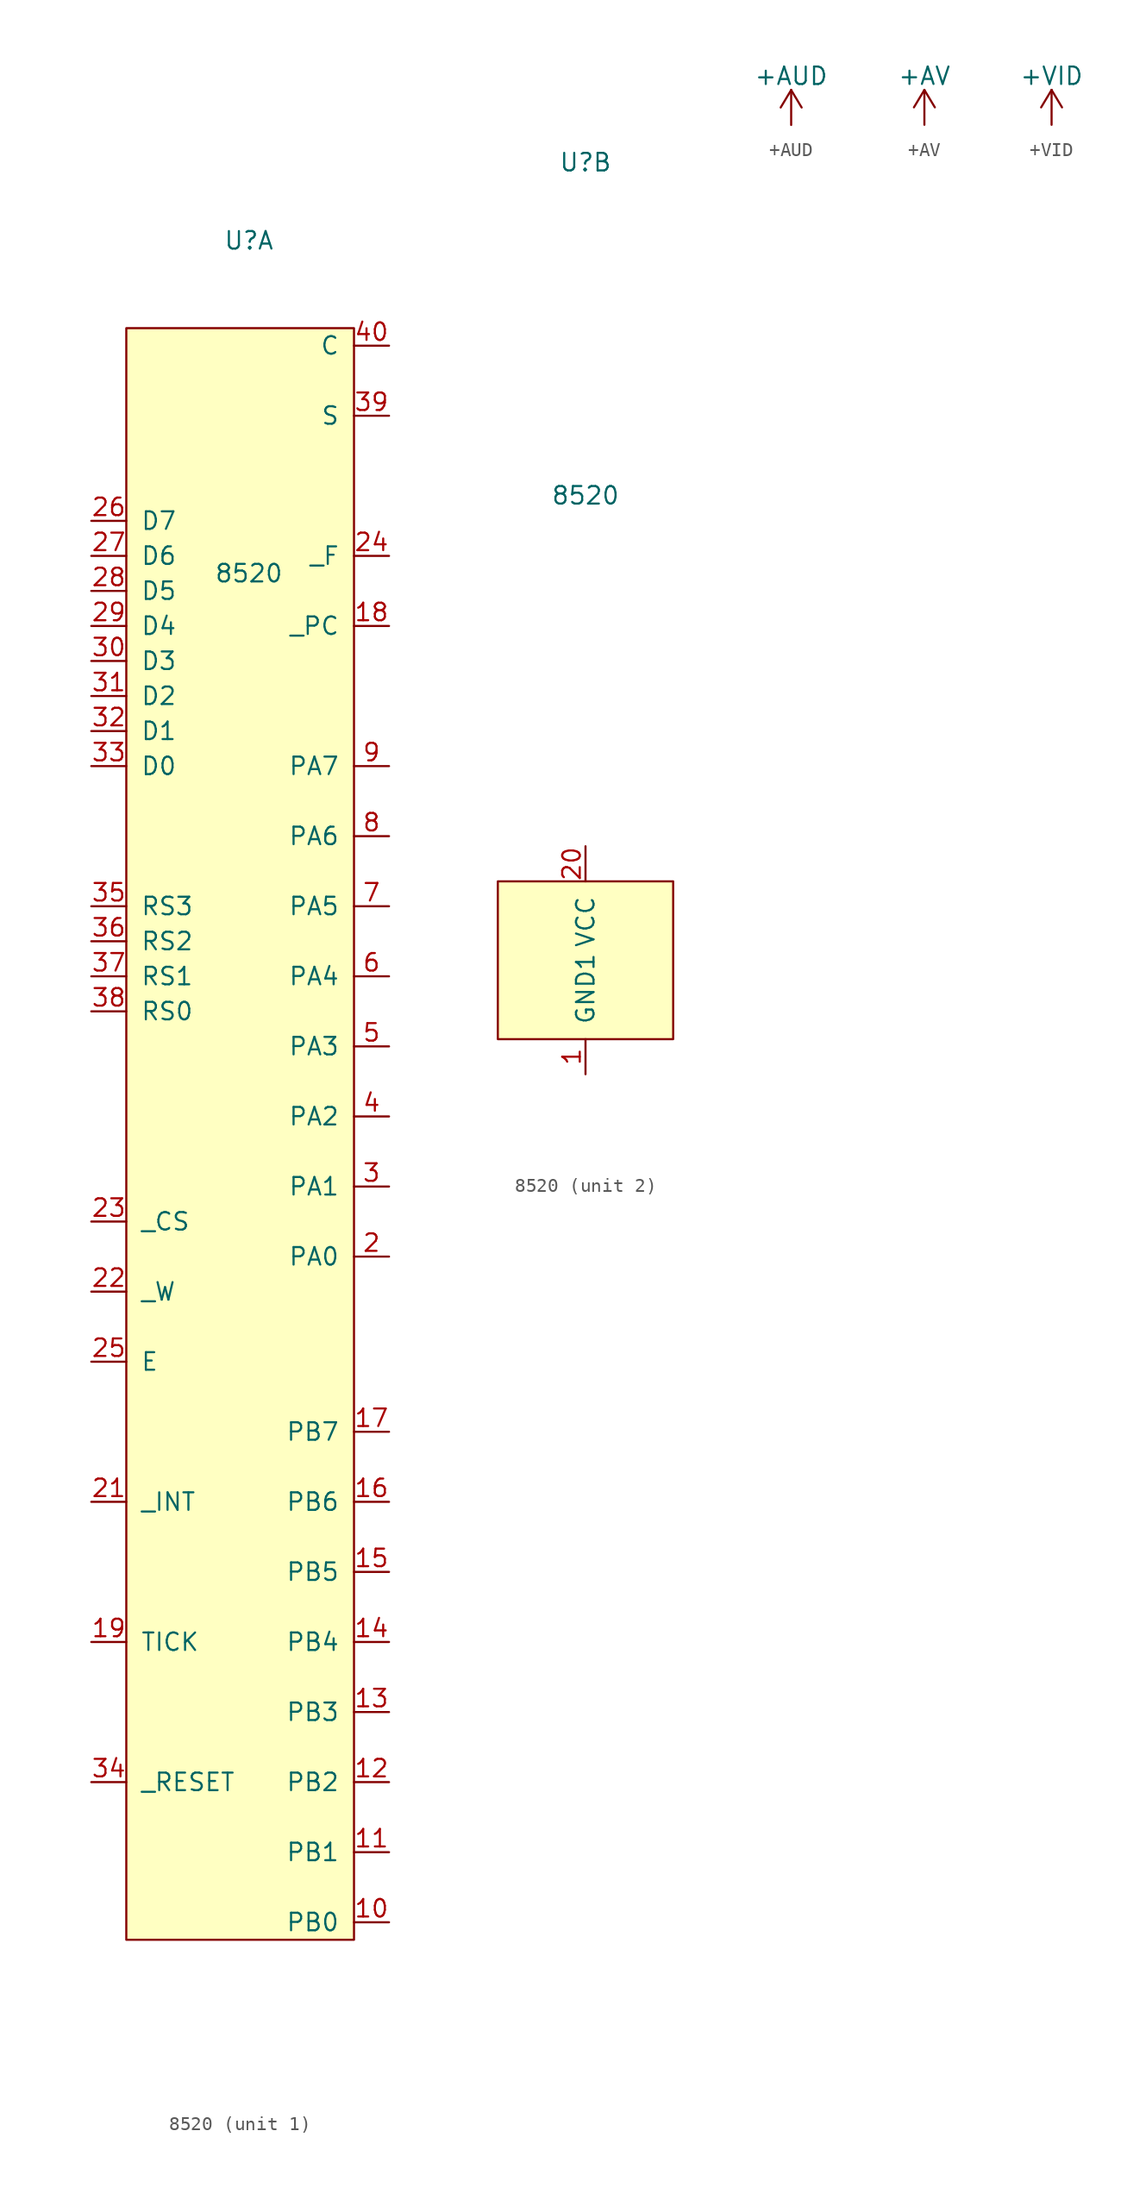
<source format=kicad_sym>
(kicad_symbol_lib
  (version 20220914)
  (generator kicad_symbol_editor)
  (symbol "8520"
    (pin_names
      (offset 1.016))
    (property "Reference" "U"
      (at 0 58.42 0)
      (effects (font (size 1.27 1.27))))
    (property "Value" "8520"
      (at 0 34.29 0)
      (effects (font (size 1.27 1.27))))
    (property "ki_locked" ""
      (at 0 0 0)
      (effects (font (size 1.27 1.27))))
    (symbol "8520_1_1"
      (rectangle (start -8.89 52.07) (end 7.62 -64.77) (stroke (width 0) (type solid)) (fill (type background)))
      (pin bidirectional line (at 10.16 -63.5 180) (length 2.54) (name "PB0" (effects (font (size 1.27 1.27)))) (number "10" (effects (font (size 1.27 1.27)))))
      (pin bidirectional line (at 10.16 -58.42 180) (length 2.54) (name "PB1" (effects (font (size 1.27 1.27)))) (number "11" (effects (font (size 1.27 1.27)))))
      (pin bidirectional line (at 10.16 -53.34 180) (length 2.54) (name "PB2" (effects (font (size 1.27 1.27)))) (number "12" (effects (font (size 1.27 1.27)))))
      (pin bidirectional line (at 10.16 -48.26 180) (length 2.54) (name "PB3" (effects (font (size 1.27 1.27)))) (number "13" (effects (font (size 1.27 1.27)))))
      (pin bidirectional line (at 10.16 -43.18 180) (length 2.54) (name "PB4" (effects (font (size 1.27 1.27)))) (number "14" (effects (font (size 1.27 1.27)))))
      (pin bidirectional line (at 10.16 -38.1 180) (length 2.54) (name "PB5" (effects (font (size 1.27 1.27)))) (number "15" (effects (font (size 1.27 1.27)))))
      (pin bidirectional line (at 10.16 -33.02 180) (length 2.54) (name "PB6" (effects (font (size 1.27 1.27)))) (number "16" (effects (font (size 1.27 1.27)))))
      (pin bidirectional line (at 10.16 -27.94 180) (length 2.54) (name "PB7" (effects (font (size 1.27 1.27)))) (number "17" (effects (font (size 1.27 1.27)))))
      (pin output line (at 10.16 30.48 180) (length 2.54) (name "_PC" (effects (font (size 1.27 1.27)))) (number "18" (effects (font (size 1.27 1.27)))))
      (pin input line (at -11.43 -43.18 0) (length 2.54) (name "TICK" (effects (font (size 1.27 1.27)))) (number "19" (effects (font (size 1.27 1.27)))))
      (pin bidirectional line (at 10.16 -15.24 180) (length 2.54) (name "PA0" (effects (font (size 1.27 1.27)))) (number "2" (effects (font (size 1.27 1.27)))))
      (pin output line (at -11.43 -33.02 0) (length 2.54) (name "_INT" (effects (font (size 1.27 1.27)))) (number "21" (effects (font (size 1.27 1.27)))))
      (pin input line (at -11.43 -17.78 0) (length 2.54) (name "_W" (effects (font (size 1.27 1.27)))) (number "22" (effects (font (size 1.27 1.27)))))
      (pin input line (at -11.43 -12.7 0) (length 2.54) (name "_CS" (effects (font (size 1.27 1.27)))) (number "23" (effects (font (size 1.27 1.27)))))
      (pin input line (at 10.16 35.56 180) (length 2.54) (name "_F" (effects (font (size 1.27 1.27)))) (number "24" (effects (font (size 1.27 1.27)))))
      (pin input line (at -11.43 -22.86 0) (length 2.54) (name "E" (effects (font (size 1.27 1.27)))) (number "25" (effects (font (size 1.27 1.27)))))
      (pin bidirectional line (at -11.43 38.1 0) (length 2.54) (name "D7" (effects (font (size 1.27 1.27)))) (number "26" (effects (font (size 1.27 1.27)))))
      (pin bidirectional line (at -11.43 35.56 0) (length 2.54) (name "D6" (effects (font (size 1.27 1.27)))) (number "27" (effects (font (size 1.27 1.27)))))
      (pin bidirectional line (at -11.43 33.02 0) (length 2.54) (name "D5" (effects (font (size 1.27 1.27)))) (number "28" (effects (font (size 1.27 1.27)))))
      (pin bidirectional line (at -11.43 30.48 0) (length 2.54) (name "D4" (effects (font (size 1.27 1.27)))) (number "29" (effects (font (size 1.27 1.27)))))
      (pin bidirectional line (at 10.16 -10.16 180) (length 2.54) (name "PA1" (effects (font (size 1.27 1.27)))) (number "3" (effects (font (size 1.27 1.27)))))
      (pin bidirectional line (at -11.43 27.94 0) (length 2.54) (name "D3" (effects (font (size 1.27 1.27)))) (number "30" (effects (font (size 1.27 1.27)))))
      (pin bidirectional line (at -11.43 25.4 0) (length 2.54) (name "D2" (effects (font (size 1.27 1.27)))) (number "31" (effects (font (size 1.27 1.27)))))
      (pin bidirectional line (at -11.43 22.86 0) (length 2.54) (name "D1" (effects (font (size 1.27 1.27)))) (number "32" (effects (font (size 1.27 1.27)))))
      (pin bidirectional line (at -11.43 20.32 0) (length 2.54) (name "D0" (effects (font (size 1.27 1.27)))) (number "33" (effects (font (size 1.27 1.27)))))
      (pin input line (at -11.43 -53.34 0) (length 2.54) (name "_RESET" (effects (font (size 1.27 1.27)))) (number "34" (effects (font (size 1.27 1.27)))))
      (pin input line (at -11.43 10.16 0) (length 2.54) (name "RS3" (effects (font (size 1.27 1.27)))) (number "35" (effects (font (size 1.27 1.27)))))
      (pin input line (at -11.43 7.62 0) (length 2.54) (name "RS2" (effects (font (size 1.27 1.27)))) (number "36" (effects (font (size 1.27 1.27)))))
      (pin input line (at -11.43 5.08 0) (length 2.54) (name "RS1" (effects (font (size 1.27 1.27)))) (number "37" (effects (font (size 1.27 1.27)))))
      (pin input line (at -11.43 2.54 0) (length 2.54) (name "RS0" (effects (font (size 1.27 1.27)))) (number "38" (effects (font (size 1.27 1.27)))))
      (pin input line (at 10.16 45.72 180) (length 2.54) (name "S" (effects (font (size 1.27 1.27)))) (number "39" (effects (font (size 1.27 1.27)))))
      (pin bidirectional line (at 10.16 -5.08 180) (length 2.54) (name "PA2" (effects (font (size 1.27 1.27)))) (number "4" (effects (font (size 1.27 1.27)))))
      (pin input line (at 10.16 50.8 180) (length 2.54) (name "C" (effects (font (size 1.27 1.27)))) (number "40" (effects (font (size 1.27 1.27)))))
      (pin bidirectional line (at 10.16 0 180) (length 2.54) (name "PA3" (effects (font (size 1.27 1.27)))) (number "5" (effects (font (size 1.27 1.27)))))
      (pin bidirectional line (at 10.16 5.08 180) (length 2.54) (name "PA4" (effects (font (size 1.27 1.27)))) (number "6" (effects (font (size 1.27 1.27)))))
      (pin bidirectional line (at 10.16 10.16 180) (length 2.54) (name "PA5" (effects (font (size 1.27 1.27)))) (number "7" (effects (font (size 1.27 1.27)))))
      (pin bidirectional line (at 10.16 15.24 180) (length 2.54) (name "PA6" (effects (font (size 1.27 1.27)))) (number "8" (effects (font (size 1.27 1.27)))))
      (pin bidirectional line (at 10.16 20.32 180) (length 2.54) (name "PA7" (effects (font (size 1.27 1.27)))) (number "9" (effects (font (size 1.27 1.27))))))
    (symbol "8520_2_1"
      (rectangle (start -6.35 6.35) (end 6.35 -5.08) (stroke (width 0) (type solid)) (fill (type background)))
      (pin power_in line (at 0 -7.62 90) (length 2.54) (name "GND1" (effects (font (size 1.27 1.27)))) (number "1" (effects (font (size 1.27 1.27)))))
      (pin power_in line (at 0 8.89 270) (length 2.54) (name "VCC" (effects (font (size 1.27 1.27)))) (number "20" (effects (font (size 1.27 1.27)))))))
  (symbol "+AUD"
    (power)
    (pin_names
      (offset 0))
    (property "Reference" "#PWR"
      (at 0 -3.81 0)
      (effects (font (size 1.27 1.27)) hide))
    (property "Value" "+AUD"
      (at 0 3.556 0)
      (effects (font (size 1.27 1.27))))
    (symbol "+AUD_0_1"
      (polyline (pts (xy -0.762 1.27) (xy 0 2.54)) (stroke (width 0) (type solid)) (fill (type none)))
      (polyline (pts (xy 0 0) (xy 0 2.54)) (stroke (width 0) (type solid)) (fill (type none)))
      (polyline (pts (xy 0 2.54) (xy 0.762 1.27)) (stroke (width 0) (type solid)) (fill (type none))))
    (symbol "+AUD_1_1"
      (pin power_in line (at 0 0 90) (length 0) hide (name "+AUD" (effects (font (size 1.27 1.27)))) (number "1" (effects (font (size 1.27 1.27)))))))
  (symbol "+AV"
    (power)
    (pin_names
      (offset 0))
    (property "Reference" "#+AV"
      (at 0 -3.81 0)
      (effects (font (size 1.27 1.27)) hide))
    (property "Value" "+AV"
      (at 0 3.556 0)
      (effects (font (size 1.27 1.27))))
    (symbol "+AV_0_1"
      (polyline (pts (xy -0.762 1.27) (xy 0 2.54)) (stroke (width 0) (type solid)) (fill (type none)))
      (polyline (pts (xy 0 0) (xy 0 2.54)) (stroke (width 0) (type solid)) (fill (type none)))
      (polyline (pts (xy 0 2.54) (xy 0.762 1.27)) (stroke (width 0) (type solid)) (fill (type none))))
    (symbol "+AV_1_1"
      (pin power_in line (at 0 0 90) (length 0) hide (name "+AV" (effects (font (size 1.27 1.27)))) (number "1" (effects (font (size 1.27 1.27)))))))
  (symbol "+VID"
    (power)
    (pin_names
      (offset 0))
    (property "Reference" "#PWR"
      (at 0 -3.81 0)
      (effects (font (size 1.27 1.27)) hide))
    (property "Value" "+VID"
      (at 0 3.556 0)
      (effects (font (size 1.27 1.27))))
    (symbol "+VID_0_1"
      (polyline (pts (xy -0.762 1.27) (xy 0 2.54)) (stroke (width 0) (type solid)) (fill (type none)))
      (polyline (pts (xy 0 0) (xy 0 2.54)) (stroke (width 0) (type solid)) (fill (type none)))
      (polyline (pts (xy 0 2.54) (xy 0.762 1.27)) (stroke (width 0) (type solid)) (fill (type none))))
    (symbol "+VID_1_1"
      (pin power_in line (at 0 0 90) (length 0) hide (name "+VID" (effects (font (size 1.27 1.27)))) (number "1" (effects (font (size 1.27 1.27))))))))
</source>
